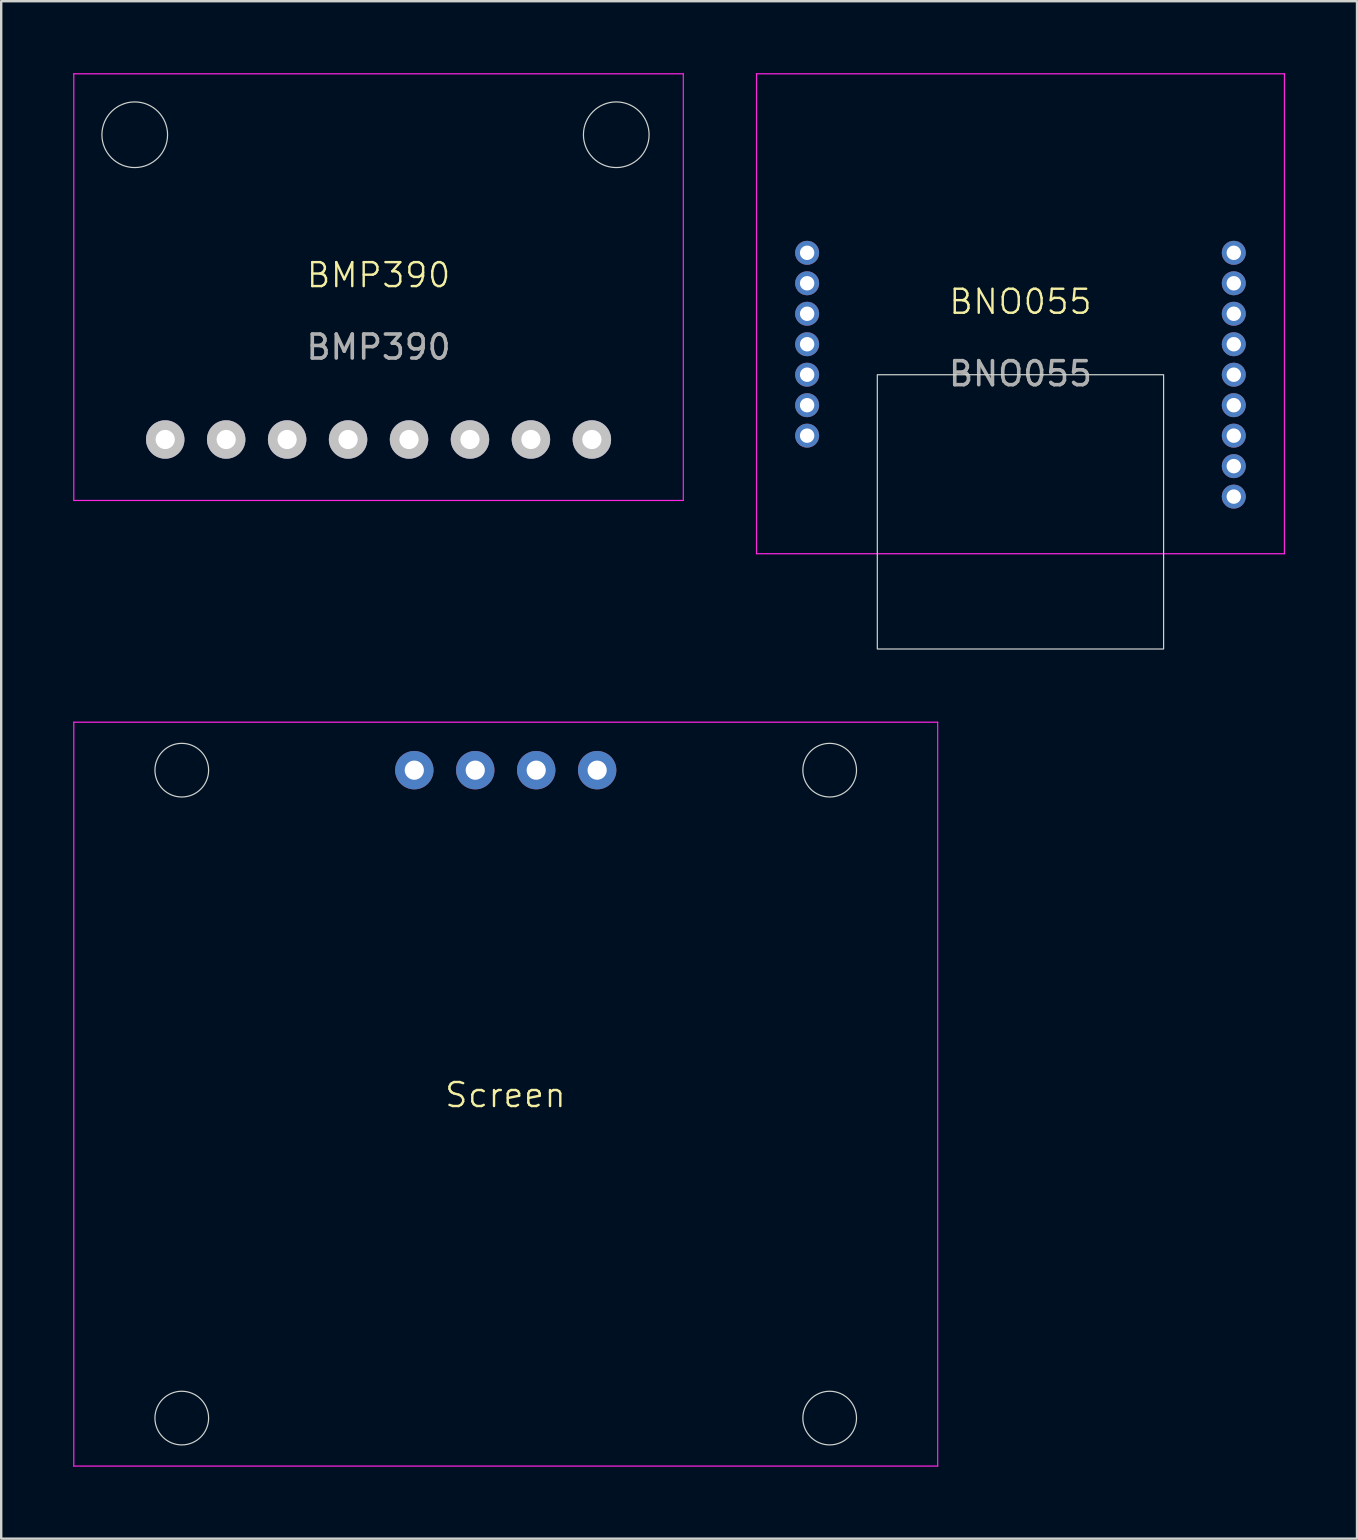
<source format=kicad_pcb>
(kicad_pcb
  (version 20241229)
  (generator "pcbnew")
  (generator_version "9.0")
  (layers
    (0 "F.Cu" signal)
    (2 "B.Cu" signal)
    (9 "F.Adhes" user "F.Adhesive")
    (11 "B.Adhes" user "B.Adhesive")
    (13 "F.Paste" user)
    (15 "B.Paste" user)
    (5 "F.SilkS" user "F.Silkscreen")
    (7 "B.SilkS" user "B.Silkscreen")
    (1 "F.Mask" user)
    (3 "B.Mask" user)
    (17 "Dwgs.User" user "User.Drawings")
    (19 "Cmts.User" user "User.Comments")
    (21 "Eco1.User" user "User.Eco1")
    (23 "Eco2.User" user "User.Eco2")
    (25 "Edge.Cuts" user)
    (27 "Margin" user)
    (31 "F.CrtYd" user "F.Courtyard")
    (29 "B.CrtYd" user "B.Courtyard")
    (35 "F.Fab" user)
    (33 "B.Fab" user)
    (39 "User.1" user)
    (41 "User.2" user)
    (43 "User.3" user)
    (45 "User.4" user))
  (footprint "BMP390"
    (layer "F.Cu")
    (at 12.725 8.915)
    (property "Reference" "BMP390" (at 0 -0.5 0) (unlocked yes) (layer "F.SilkS") (effects (font (size 1 1) (thickness 0.1))))
    (attr through_hole)
    (fp_circle (center -10.16 -6.35) (end -10.668 -5.08) (stroke (width 0.05) (type default)) (fill no) (layer "Edge.Cuts"))
    (fp_circle (center 9.906 -6.35) (end 9.398 -5.08) (stroke (width 0.05) (type default)) (fill no) (layer "Edge.Cuts"))
    (fp_line (start -12.7 -8.89) (end -12.7 8.89) (stroke (width 0.05) (type default)) (layer "F.CrtYd"))
    (fp_line (start -12.7 -8.89) (end 12.7 -8.89) (stroke (width 0.05) (type default)) (layer "F.CrtYd"))
    (fp_line (start -12.7 8.89) (end 12.7 8.89) (stroke (width 0.05) (type default)) (layer "F.CrtYd"))
    (fp_line (start 12.7 -8.89) (end 12.7 8.89) (stroke (width 0.05) (type default)) (layer "F.CrtYd"))
    (fp_text user "${REFERENCE}" (at 0 2.5 0) (unlocked yes) (layer "F.Fab") (effects (font (size 1 1) (thickness 0.15))))
    (pad "1" thru_hole circle (at -8.89 6.35) (size 1.6 1.6) (drill 0.8) (layers "*.Cu" "*.Mask" "Dwgs.User"))
    (pad "2" thru_hole circle (at -6.35 6.35) (size 1.6 1.6) (drill 0.8) (layers "*.Cu" "*.Mask" "Dwgs.User"))
    (pad "3" thru_hole circle (at -3.81 6.35) (size 1.6 1.6) (drill 0.8) (layers "*.Cu" "*.Mask" "Dwgs.User"))
    (pad "4" thru_hole circle (at -1.27 6.35) (size 1.6 1.6) (drill 0.8) (layers "*.Cu" "*.Mask" "Dwgs.User"))
    (pad "5" thru_hole circle (at 1.27 6.35) (size 1.6 1.6) (drill 0.8) (layers "*.Cu" "*.Mask" "Dwgs.User"))
    (pad "6" thru_hole circle (at 3.81 6.35) (size 1.6 1.6) (drill 0.8) (layers "*.Cu" "*.Mask" "Dwgs.User"))
    (pad "7" thru_hole circle (at 6.35 6.35) (size 1.6 1.6) (drill 0.8) (layers "*.Cu" "*.Mask" "Dwgs.User"))
    (pad "8" thru_hole circle (at 8.89 6.35) (size 1.6 1.6) (drill 0.8) (layers "*.Cu" "*.Mask" "Dwgs.User")))
  (footprint "Screen"
    (layer "F.Cu")
    (at 18.025 42.545)
    (property "Reference" "Screen" (at -0.012 0.038 0) (unlocked yes) (layer "F.SilkS") (effects (font (size 1 1) (thickness 0.1))))
    (attr through_hole)
    (fp_circle (center -13.5 -13.5) (end -13 -14.5) (stroke (width 0.05) (type default)) (fill no) (layer "Edge.Cuts"))
    (fp_circle (center -13.5 13.5) (end -13 14.5) (stroke (width 0.05) (type default)) (fill no) (layer "Edge.Cuts"))
    (fp_circle (center 13.5 -13.5) (end 14.5 -13) (stroke (width 0.05) (type default)) (fill no) (layer "Edge.Cuts"))
    (fp_circle (center 13.5 13.5) (end 14 14.5) (stroke (width 0.05) (type default)) (fill no) (layer "Edge.Cuts"))
    (fp_line (start -18 -15.5) (end 18 -15.5) (stroke (width 0.05) (type default)) (layer "F.CrtYd"))
    (fp_line (start -18 15.5) (end -18 -15.5) (stroke (width 0.05) (type default)) (layer "F.CrtYd"))
    (fp_line (start 18 -15.5) (end 18 15.5) (stroke (width 0.05) (type default)) (layer "F.CrtYd"))
    (fp_line (start 18 15.5) (end -18 15.5) (stroke (width 0.05) (type default)) (layer "F.CrtYd"))
    (pad "1" thru_hole circle (at -3.81 -13.5) (size 1.6 1.6) (drill 0.8) (layers "*.Cu" "*.Mask"))
    (pad "2" thru_hole circle (at -1.27 -13.5) (size 1.6 1.6) (drill 0.8) (layers "*.Cu" "*.Mask"))
    (pad "3" thru_hole circle (at 1.27 -13.5) (size 1.6 1.6) (drill 0.8) (layers "*.Cu" "*.Mask"))
    (pad "4" thru_hole circle (at 3.81 -13.5) (size 1.6 1.6) (drill 0.8) (layers "*.Cu" "*.Mask")))
  (footprint "BNO055"
    (layer "F.Cu")
    (at 39.475 10.025)
    (property "Reference" "BNO055" (at 0 -0.5 0) (unlocked yes) (layer "F.SilkS") (effects (font (size 1 1) (thickness 0.1))))
    (attr through_hole)
    (fp_rect (start -5.965 2.54) (end 5.965 13.97) (stroke (width 0.05) (type default)) (fill no) (layer "Edge.Cuts"))
    (fp_line (start -11 -10) (end 11 -10) (stroke (width 0.05) (type default)) (layer "F.CrtYd"))
    (fp_line (start -11 10) (end -11 -10) (stroke (width 0.05) (type default)) (layer "F.CrtYd"))
    (fp_line (start 11 -10) (end 11 10) (stroke (width 0.05) (type default)) (layer "F.CrtYd"))
    (fp_line (start 11 10) (end -11 10) (stroke (width 0.05) (type default)) (layer "F.CrtYd"))
    (fp_text user "${REFERENCE}" (at 0 2.5 0) (unlocked yes) (layer "F.Fab") (effects (font (size 1 1) (thickness 0.15))))
    (pad "1.1" thru_hole circle (at -8.89 -2.54) (size 1 1) (drill 0.6) (layers "*.Cu" "*.Mask"))
    (pad "1.2" thru_hole circle (at -8.89 -1.27) (size 1 1) (drill 0.6) (layers "*.Cu" "*.Mask"))
    (pad "1.3" thru_hole circle (at -8.89 0) (size 1 1) (drill 0.6) (layers "*.Cu" "*.Mask"))
    (pad "1.4" thru_hole circle (at -8.89 1.27) (size 1 1) (drill 0.6) (layers "*.Cu" "*.Mask"))
    (pad "1.5" thru_hole circle (at -8.89 2.54) (size 1 1) (drill 0.6) (layers "*.Cu" "*.Mask"))
    (pad "1.6" thru_hole circle (at -8.89 3.81) (size 1 1) (drill 0.6) (layers "*.Cu" "*.Mask"))
    (pad "1.7" thru_hole circle (at -8.89 5.08) (size 1 1) (drill 0.6) (layers "*.Cu" "*.Mask"))
    (pad "2.1" thru_hole circle (at 8.89 -2.54) (size 1 1) (drill 0.6) (layers "*.Cu" "*.Mask"))
    (pad "2.2" thru_hole circle (at 8.89 -1.27) (size 1 1) (drill 0.6) (layers "*.Cu" "*.Mask"))
    (pad "2.3" thru_hole circle (at 8.89 0) (size 1 1) (drill 0.6) (layers "*.Cu" "*.Mask"))
    (pad "2.4" thru_hole circle (at 8.89 1.27) (size 1 1) (drill 0.6) (layers "*.Cu" "*.Mask"))
    (pad "2.5" thru_hole circle (at 8.89 2.54) (size 1 1) (drill 0.6) (layers "*.Cu" "*.Mask"))
    (pad "2.6" thru_hole circle (at 8.89 3.81) (size 1 1) (drill 0.6) (layers "*.Cu" "*.Mask"))
    (pad "2.7" thru_hole circle (at 8.89 5.08) (size 1 1) (drill 0.6) (layers "*.Cu" "*.Mask"))
    (pad "2.8" thru_hole circle (at 8.89 6.35) (size 1 1) (drill 0.6) (layers "*.Cu" "*.Mask"))
    (pad "2.9" thru_hole circle (at 8.89 7.62) (size 1 1) (drill 0.6) (layers "*.Cu" "*.Mask")))
  (gr_rect
    (start -3 -3)
    (end 53.5 61.07)
    (stroke (width 0.1) (type default))
    (fill no)
    (layer "Edge.Cuts")))
</source>
